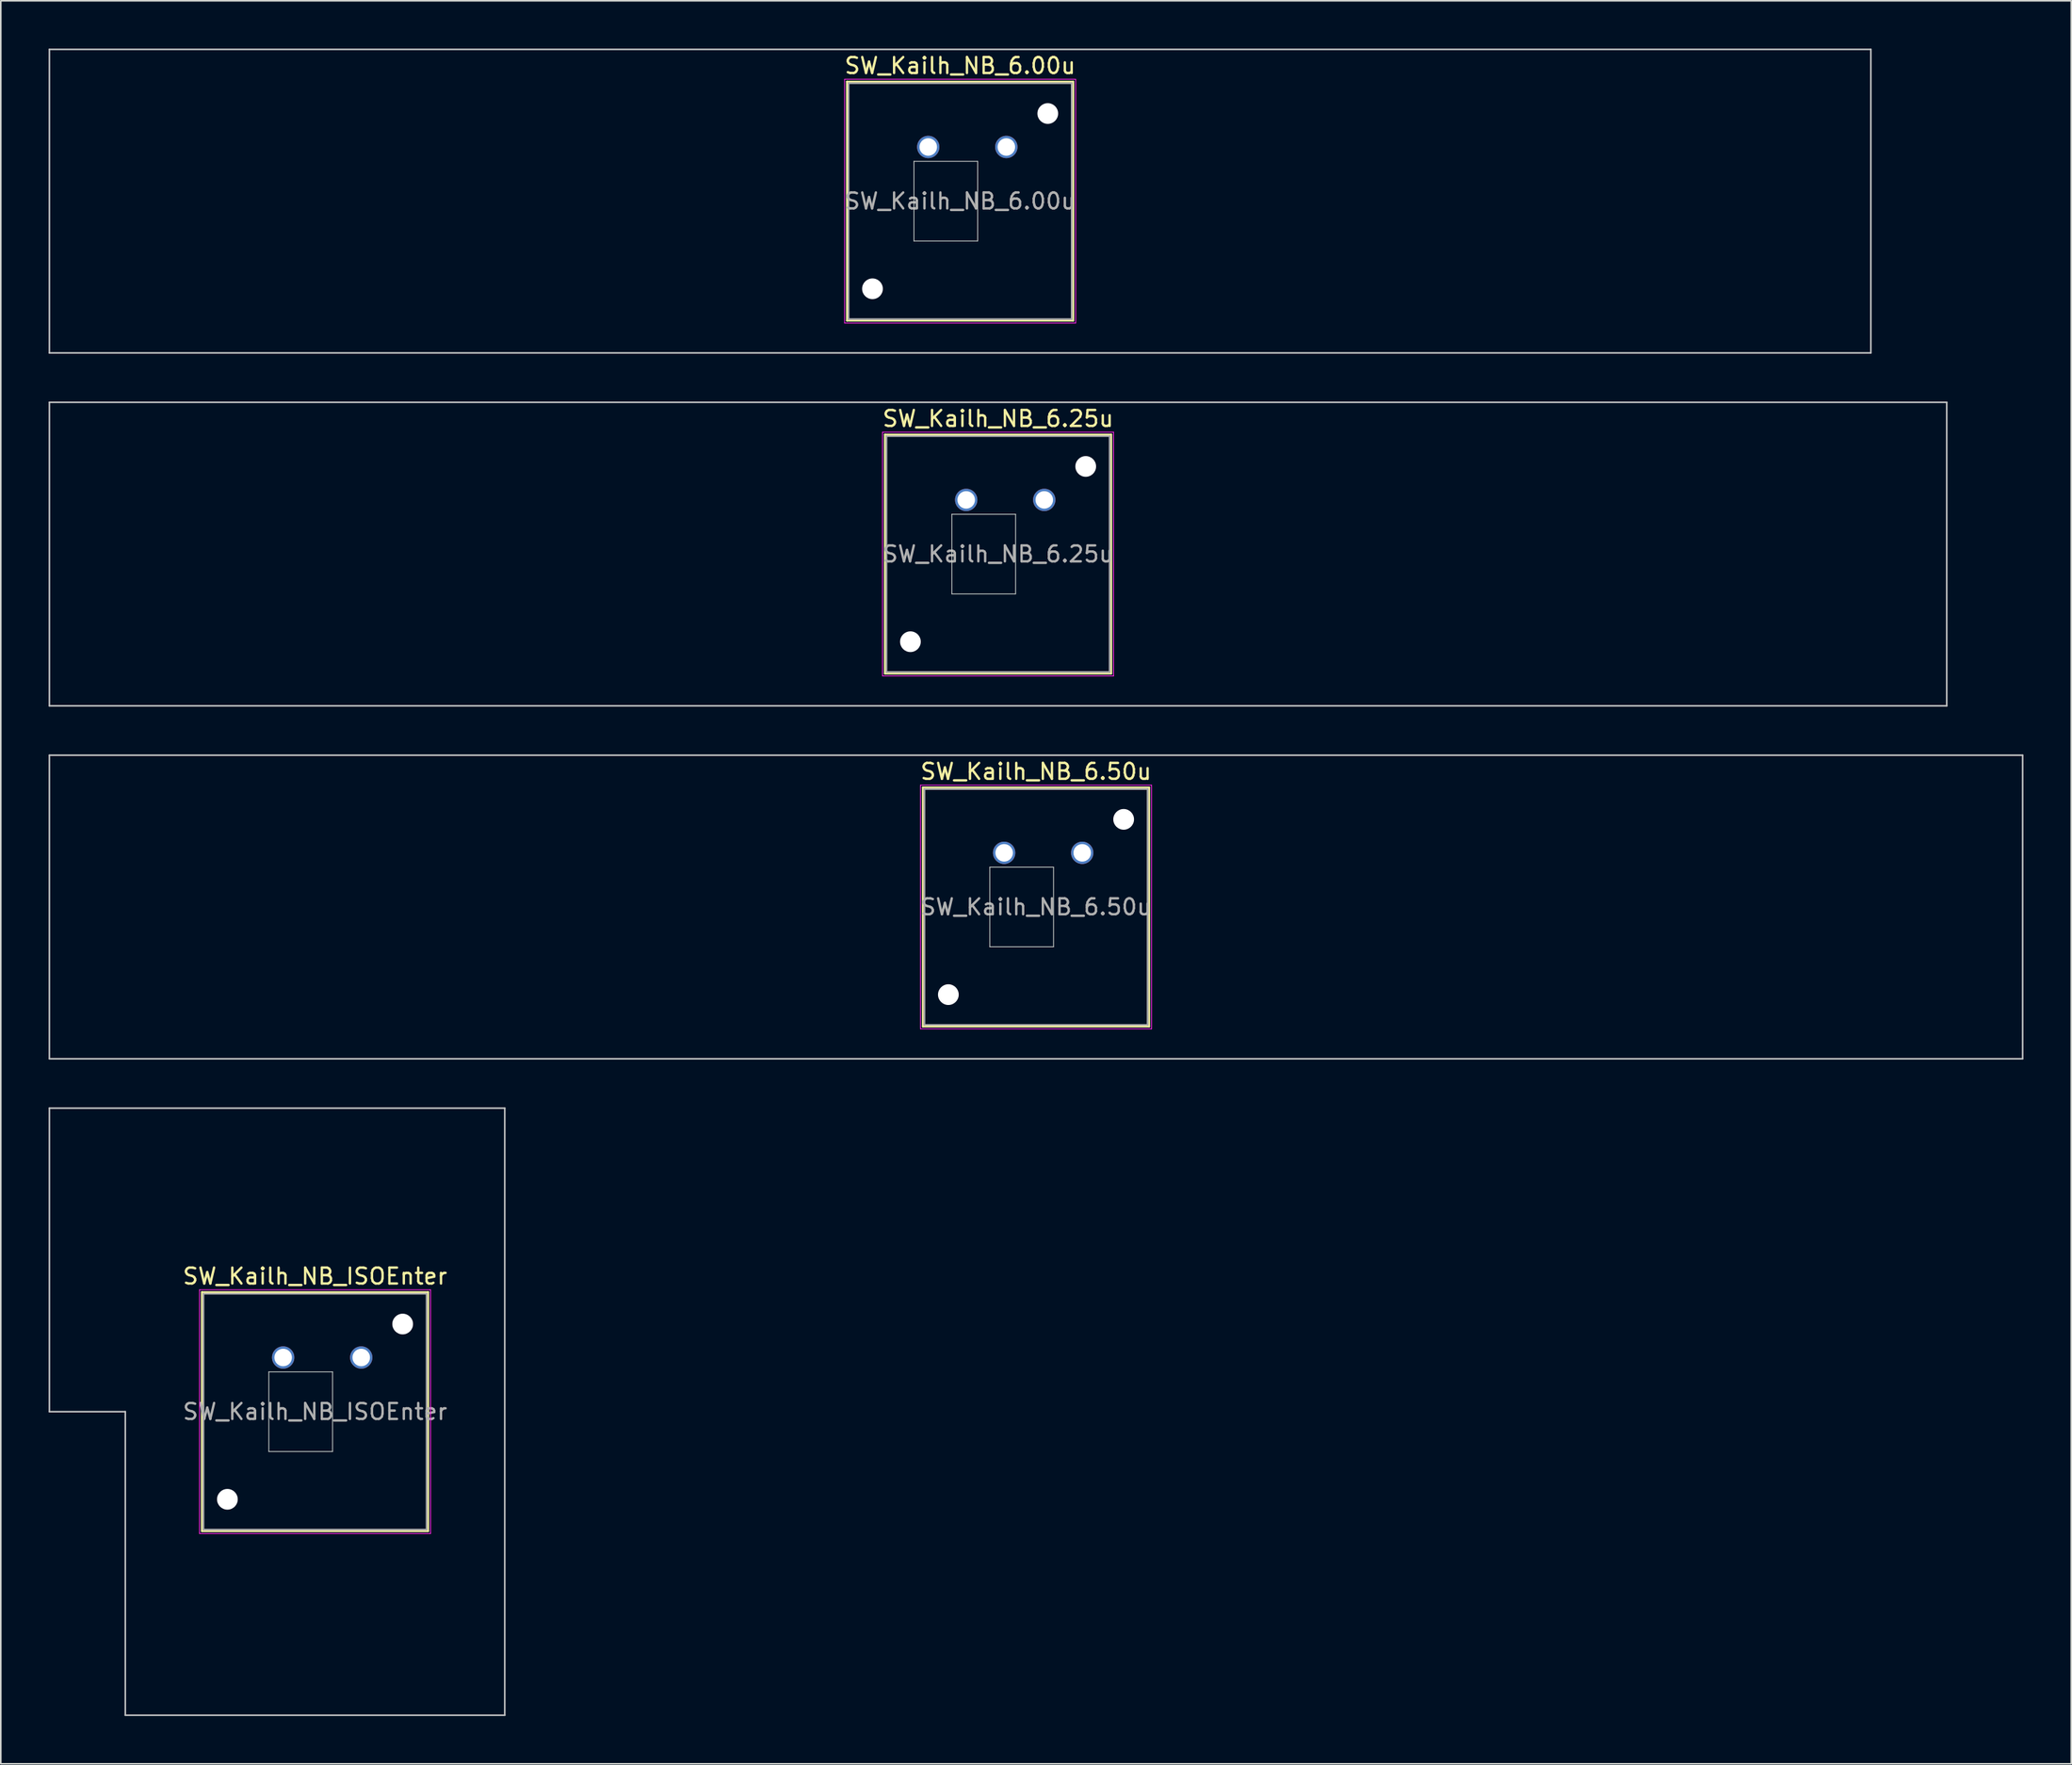
<source format=kicad_pcb>
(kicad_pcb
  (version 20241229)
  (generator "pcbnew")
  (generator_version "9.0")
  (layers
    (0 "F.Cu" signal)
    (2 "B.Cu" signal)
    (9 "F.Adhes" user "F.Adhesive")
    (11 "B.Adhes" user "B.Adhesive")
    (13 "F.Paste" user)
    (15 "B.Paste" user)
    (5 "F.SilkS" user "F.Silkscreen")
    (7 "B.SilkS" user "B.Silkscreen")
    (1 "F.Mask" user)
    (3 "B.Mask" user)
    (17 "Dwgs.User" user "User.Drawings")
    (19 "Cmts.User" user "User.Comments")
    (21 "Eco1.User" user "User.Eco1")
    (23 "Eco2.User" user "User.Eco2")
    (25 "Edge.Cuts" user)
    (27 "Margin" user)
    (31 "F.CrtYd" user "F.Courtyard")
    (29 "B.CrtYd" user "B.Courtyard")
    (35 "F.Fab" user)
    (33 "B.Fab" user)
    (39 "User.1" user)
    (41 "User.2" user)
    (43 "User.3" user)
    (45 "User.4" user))
  (footprint "SW_Kailh_NB_6.25u"
    (layer "F.Cu")
    (at 59.581 31.725)
    (property "Reference" "SW_Kailh_NB_6.25u" (at 0 -8.5 0) (layer "F.SilkS") (effects (font (size 1 1) (thickness 0.15))))
    (attr through_hole)
    (fp_line (start -7.1 -7.5) (end -7.1 7.5) (stroke (width 0.12) (type solid)) (layer "F.SilkS"))
    (fp_line (start -7.1 7.5) (end 7.1 7.5) (stroke (width 0.12) (type solid)) (layer "F.SilkS"))
    (fp_line (start 7.1 -7.5) (end -7.1 -7.5) (stroke (width 0.12) (type solid)) (layer "F.SilkS"))
    (fp_line (start 7.1 7.5) (end 7.1 -7.5) (stroke (width 0.12) (type solid)) (layer "F.SilkS"))
    (fp_line (start -59.531 -9.525) (end -59.531 9.525) (stroke (width 0.1) (type solid)) (layer "Dwgs.User"))
    (fp_line (start -59.531 9.525) (end 59.531 9.525) (stroke (width 0.1) (type solid)) (layer "Dwgs.User"))
    (fp_line (start 59.531 -9.525) (end -59.531 -9.525) (stroke (width 0.1) (type solid)) (layer "Dwgs.User"))
    (fp_line (start 59.531 9.525) (end 59.531 -9.525) (stroke (width 0.1) (type solid)) (layer "Dwgs.User"))
    (fp_line (start -2.9 -2.5) (end 1.1 -2.5) (stroke (width 0.05) (type solid)) (layer "Edge.Cuts"))
    (fp_line (start -2.9 2.5) (end -2.9 -2.5) (stroke (width 0.05) (type solid)) (layer "Edge.Cuts"))
    (fp_line (start 1.1 -2.5) (end 1.1 2.5) (stroke (width 0.05) (type solid)) (layer "Edge.Cuts"))
    (fp_line (start 1.1 2.5) (end -2.9 2.5) (stroke (width 0.05) (type solid)) (layer "Edge.Cuts"))
    (fp_line (start -7.25 -7.65) (end -7.25 7.65) (stroke (width 0.05) (type solid)) (layer "F.CrtYd"))
    (fp_line (start -7.25 7.65) (end 7.25 7.65) (stroke (width 0.05) (type solid)) (layer "F.CrtYd"))
    (fp_line (start 7.25 -7.65) (end -7.25 -7.65) (stroke (width 0.05) (type solid)) (layer "F.CrtYd"))
    (fp_line (start 7.25 7.65) (end 7.25 -7.65) (stroke (width 0.05) (type solid)) (layer "F.CrtYd"))
    (fp_line (start -7 -7.4) (end -7 7.4) (stroke (width 0.1) (type solid)) (layer "F.Fab"))
    (fp_line (start -7 7.4) (end 7 7.4) (stroke (width 0.1) (type solid)) (layer "F.Fab"))
    (fp_line (start 7 -7.4) (end -7 -7.4) (stroke (width 0.1) (type solid)) (layer "F.Fab"))
    (fp_line (start 7 7.4) (end 7 -7.4) (stroke (width 0.1) (type solid)) (layer "F.Fab"))
    (fp_text user "${REFERENCE}" (at 0 0 0) (layer "F.Fab") (effects (font (size 1 1) (thickness 0.15))))
    (pad "" np_thru_hole circle (at -5.5 5.5) (size 1.3 1.3) (drill 1.3) (layers "*.Cu" "*.Mask"))
    (pad "" smd circle (at -2 -3.4) (size 1.15 1.15) (layers "F.Mask"))
    (pad "" smd circle (at 2.9 -3.4) (size 1.15 1.15) (layers "F.Mask"))
    (pad "" np_thru_hole circle (at 5.5 -5.5) (size 1.3 1.3) (drill 1.3) (layers "*.Cu" "*.Mask"))
    (pad "1" thru_hole circle (at -2 -3.4) (size 1.4 1.4) (drill 1.1) (layers "*.Cu" "B.Mask"))
    (pad "2" thru_hole circle (at 2.9 -3.4) (size 1.4 1.4) (drill 1.1) (layers "*.Cu" "B.Mask")))
  (footprint "SW_Kailh_NB_ISOEnter"
    (layer "F.Cu")
    (at 16.719 85.55)
    (property "Reference" "SW_Kailh_NB_ISOEnter" (at 0 -8.5 0) (layer "F.SilkS") (effects (font (size 1 1) (thickness 0.15))))
    (attr through_hole)
    (fp_line (start -7.1 -7.5) (end -7.1 7.5) (stroke (width 0.12) (type solid)) (layer "F.SilkS"))
    (fp_line (start -7.1 7.5) (end 7.1 7.5) (stroke (width 0.12) (type solid)) (layer "F.SilkS"))
    (fp_line (start 7.1 -7.5) (end -7.1 -7.5) (stroke (width 0.12) (type solid)) (layer "F.SilkS"))
    (fp_line (start 7.1 7.5) (end 7.1 -7.5) (stroke (width 0.12) (type solid)) (layer "F.SilkS"))
    (fp_line (start -16.669 -19.05) (end -16.669 0) (stroke (width 0.1) (type solid)) (layer "Dwgs.User"))
    (fp_line (start -16.669 0) (end -11.906 0) (stroke (width 0.1) (type solid)) (layer "Dwgs.User"))
    (fp_line (start -11.906 0) (end -11.906 19.05) (stroke (width 0.1) (type solid)) (layer "Dwgs.User"))
    (fp_line (start -11.906 19.05) (end 11.906 19.05) (stroke (width 0.1) (type solid)) (layer "Dwgs.User"))
    (fp_line (start 11.906 -19.05) (end -16.669 -19.05) (stroke (width 0.1) (type solid)) (layer "Dwgs.User"))
    (fp_line (start 11.906 19.05) (end 11.906 -19.05) (stroke (width 0.1) (type solid)) (layer "Dwgs.User"))
    (fp_line (start -2.9 -2.5) (end 1.1 -2.5) (stroke (width 0.05) (type solid)) (layer "Edge.Cuts"))
    (fp_line (start -2.9 2.5) (end -2.9 -2.5) (stroke (width 0.05) (type solid)) (layer "Edge.Cuts"))
    (fp_line (start 1.1 -2.5) (end 1.1 2.5) (stroke (width 0.05) (type solid)) (layer "Edge.Cuts"))
    (fp_line (start 1.1 2.5) (end -2.9 2.5) (stroke (width 0.05) (type solid)) (layer "Edge.Cuts"))
    (fp_line (start -7.25 -7.65) (end -7.25 7.65) (stroke (width 0.05) (type solid)) (layer "F.CrtYd"))
    (fp_line (start -7.25 7.65) (end 7.25 7.65) (stroke (width 0.05) (type solid)) (layer "F.CrtYd"))
    (fp_line (start 7.25 -7.65) (end -7.25 -7.65) (stroke (width 0.05) (type solid)) (layer "F.CrtYd"))
    (fp_line (start 7.25 7.65) (end 7.25 -7.65) (stroke (width 0.05) (type solid)) (layer "F.CrtYd"))
    (fp_line (start -7 -7.4) (end -7 7.4) (stroke (width 0.1) (type solid)) (layer "F.Fab"))
    (fp_line (start -7 7.4) (end 7 7.4) (stroke (width 0.1) (type solid)) (layer "F.Fab"))
    (fp_line (start 7 -7.4) (end -7 -7.4) (stroke (width 0.1) (type solid)) (layer "F.Fab"))
    (fp_line (start 7 7.4) (end 7 -7.4) (stroke (width 0.1) (type solid)) (layer "F.Fab"))
    (fp_text user "${REFERENCE}" (at 0 0 0) (layer "F.Fab") (effects (font (size 1 1) (thickness 0.15))))
    (pad "" np_thru_hole circle (at -5.5 5.5) (size 1.3 1.3) (drill 1.3) (layers "*.Cu" "*.Mask"))
    (pad "" smd circle (at -2 -3.4) (size 1.15 1.15) (layers "F.Mask"))
    (pad "" smd circle (at 2.9 -3.4) (size 1.15 1.15) (layers "F.Mask"))
    (pad "" np_thru_hole circle (at 5.5 -5.5) (size 1.3 1.3) (drill 1.3) (layers "*.Cu" "*.Mask"))
    (pad "1" thru_hole circle (at -2 -3.4) (size 1.4 1.4) (drill 1.1) (layers "*.Cu" "B.Mask"))
    (pad "2" thru_hole circle (at 2.9 -3.4) (size 1.4 1.4) (drill 1.1) (layers "*.Cu" "B.Mask")))
  (footprint "SW_Kailh_NB_6.00u"
    (layer "F.Cu")
    (at 57.2 9.575)
    (property "Reference" "SW_Kailh_NB_6.00u" (at 0 -8.5 0) (layer "F.SilkS") (effects (font (size 1 1) (thickness 0.15))))
    (attr through_hole)
    (fp_line (start -7.1 -7.5) (end -7.1 7.5) (stroke (width 0.12) (type solid)) (layer "F.SilkS"))
    (fp_line (start -7.1 7.5) (end 7.1 7.5) (stroke (width 0.12) (type solid)) (layer "F.SilkS"))
    (fp_line (start 7.1 -7.5) (end -7.1 -7.5) (stroke (width 0.12) (type solid)) (layer "F.SilkS"))
    (fp_line (start 7.1 7.5) (end 7.1 -7.5) (stroke (width 0.12) (type solid)) (layer "F.SilkS"))
    (fp_line (start -57.15 -9.525) (end -57.15 9.525) (stroke (width 0.1) (type solid)) (layer "Dwgs.User"))
    (fp_line (start -57.15 9.525) (end 57.15 9.525) (stroke (width 0.1) (type solid)) (layer "Dwgs.User"))
    (fp_line (start 57.15 -9.525) (end -57.15 -9.525) (stroke (width 0.1) (type solid)) (layer "Dwgs.User"))
    (fp_line (start 57.15 9.525) (end 57.15 -9.525) (stroke (width 0.1) (type solid)) (layer "Dwgs.User"))
    (fp_line (start -2.9 -2.5) (end 1.1 -2.5) (stroke (width 0.05) (type solid)) (layer "Edge.Cuts"))
    (fp_line (start -2.9 2.5) (end -2.9 -2.5) (stroke (width 0.05) (type solid)) (layer "Edge.Cuts"))
    (fp_line (start 1.1 -2.5) (end 1.1 2.5) (stroke (width 0.05) (type solid)) (layer "Edge.Cuts"))
    (fp_line (start 1.1 2.5) (end -2.9 2.5) (stroke (width 0.05) (type solid)) (layer "Edge.Cuts"))
    (fp_line (start -7.25 -7.65) (end -7.25 7.65) (stroke (width 0.05) (type solid)) (layer "F.CrtYd"))
    (fp_line (start -7.25 7.65) (end 7.25 7.65) (stroke (width 0.05) (type solid)) (layer "F.CrtYd"))
    (fp_line (start 7.25 -7.65) (end -7.25 -7.65) (stroke (width 0.05) (type solid)) (layer "F.CrtYd"))
    (fp_line (start 7.25 7.65) (end 7.25 -7.65) (stroke (width 0.05) (type solid)) (layer "F.CrtYd"))
    (fp_line (start -7 -7.4) (end -7 7.4) (stroke (width 0.1) (type solid)) (layer "F.Fab"))
    (fp_line (start -7 7.4) (end 7 7.4) (stroke (width 0.1) (type solid)) (layer "F.Fab"))
    (fp_line (start 7 -7.4) (end -7 -7.4) (stroke (width 0.1) (type solid)) (layer "F.Fab"))
    (fp_line (start 7 7.4) (end 7 -7.4) (stroke (width 0.1) (type solid)) (layer "F.Fab"))
    (fp_text user "${REFERENCE}" (at 0 0 0) (layer "F.Fab") (effects (font (size 1 1) (thickness 0.15))))
    (pad "" np_thru_hole circle (at -5.5 5.5) (size 1.3 1.3) (drill 1.3) (layers "*.Cu" "*.Mask"))
    (pad "" smd circle (at -2 -3.4) (size 1.15 1.15) (layers "F.Mask"))
    (pad "" smd circle (at 2.9 -3.4) (size 1.15 1.15) (layers "F.Mask"))
    (pad "" np_thru_hole circle (at 5.5 -5.5) (size 1.3 1.3) (drill 1.3) (layers "*.Cu" "*.Mask"))
    (pad "1" thru_hole circle (at -2 -3.4) (size 1.4 1.4) (drill 1.1) (layers "*.Cu" "B.Mask"))
    (pad "2" thru_hole circle (at 2.9 -3.4) (size 1.4 1.4) (drill 1.1) (layers "*.Cu" "B.Mask")))
  (footprint "SW_Kailh_NB_6.50u"
    (layer "F.Cu")
    (at 61.962 53.875)
    (property "Reference" "SW_Kailh_NB_6.50u" (at 0 -8.5 0) (layer "F.SilkS") (effects (font (size 1 1) (thickness 0.15))))
    (attr through_hole)
    (fp_line (start -7.1 -7.5) (end -7.1 7.5) (stroke (width 0.12) (type solid)) (layer "F.SilkS"))
    (fp_line (start -7.1 7.5) (end 7.1 7.5) (stroke (width 0.12) (type solid)) (layer "F.SilkS"))
    (fp_line (start 7.1 -7.5) (end -7.1 -7.5) (stroke (width 0.12) (type solid)) (layer "F.SilkS"))
    (fp_line (start 7.1 7.5) (end 7.1 -7.5) (stroke (width 0.12) (type solid)) (layer "F.SilkS"))
    (fp_line (start -61.913 -9.525) (end -61.913 9.525) (stroke (width 0.1) (type solid)) (layer "Dwgs.User"))
    (fp_line (start -61.913 9.525) (end 61.913 9.525) (stroke (width 0.1) (type solid)) (layer "Dwgs.User"))
    (fp_line (start 61.913 -9.525) (end -61.913 -9.525) (stroke (width 0.1) (type solid)) (layer "Dwgs.User"))
    (fp_line (start 61.913 9.525) (end 61.913 -9.525) (stroke (width 0.1) (type solid)) (layer "Dwgs.User"))
    (fp_line (start -2.9 -2.5) (end 1.1 -2.5) (stroke (width 0.05) (type solid)) (layer "Edge.Cuts"))
    (fp_line (start -2.9 2.5) (end -2.9 -2.5) (stroke (width 0.05) (type solid)) (layer "Edge.Cuts"))
    (fp_line (start 1.1 -2.5) (end 1.1 2.5) (stroke (width 0.05) (type solid)) (layer "Edge.Cuts"))
    (fp_line (start 1.1 2.5) (end -2.9 2.5) (stroke (width 0.05) (type solid)) (layer "Edge.Cuts"))
    (fp_line (start -7.25 -7.65) (end -7.25 7.65) (stroke (width 0.05) (type solid)) (layer "F.CrtYd"))
    (fp_line (start -7.25 7.65) (end 7.25 7.65) (stroke (width 0.05) (type solid)) (layer "F.CrtYd"))
    (fp_line (start 7.25 -7.65) (end -7.25 -7.65) (stroke (width 0.05) (type solid)) (layer "F.CrtYd"))
    (fp_line (start 7.25 7.65) (end 7.25 -7.65) (stroke (width 0.05) (type solid)) (layer "F.CrtYd"))
    (fp_line (start -7 -7.4) (end -7 7.4) (stroke (width 0.1) (type solid)) (layer "F.Fab"))
    (fp_line (start -7 7.4) (end 7 7.4) (stroke (width 0.1) (type solid)) (layer "F.Fab"))
    (fp_line (start 7 -7.4) (end -7 -7.4) (stroke (width 0.1) (type solid)) (layer "F.Fab"))
    (fp_line (start 7 7.4) (end 7 -7.4) (stroke (width 0.1) (type solid)) (layer "F.Fab"))
    (fp_text user "${REFERENCE}" (at 0 0 0) (layer "F.Fab") (effects (font (size 1 1) (thickness 0.15))))
    (pad "" np_thru_hole circle (at -5.5 5.5) (size 1.3 1.3) (drill 1.3) (layers "*.Cu" "*.Mask"))
    (pad "" smd circle (at -2 -3.4) (size 1.15 1.15) (layers "F.Mask"))
    (pad "" smd circle (at 2.9 -3.4) (size 1.15 1.15) (layers "F.Mask"))
    (pad "" np_thru_hole circle (at 5.5 -5.5) (size 1.3 1.3) (drill 1.3) (layers "*.Cu" "*.Mask"))
    (pad "1" thru_hole circle (at -2 -3.4) (size 1.4 1.4) (drill 1.1) (layers "*.Cu" "B.Mask"))
    (pad "2" thru_hole circle (at 2.9 -3.4) (size 1.4 1.4) (drill 1.1) (layers "*.Cu" "B.Mask")))
  (gr_rect
    (start -3 -3)
    (end 126.925 107.65)
    (stroke (width 0.1) (type default))
    (fill no)
    (layer "Edge.Cuts")))
</source>
